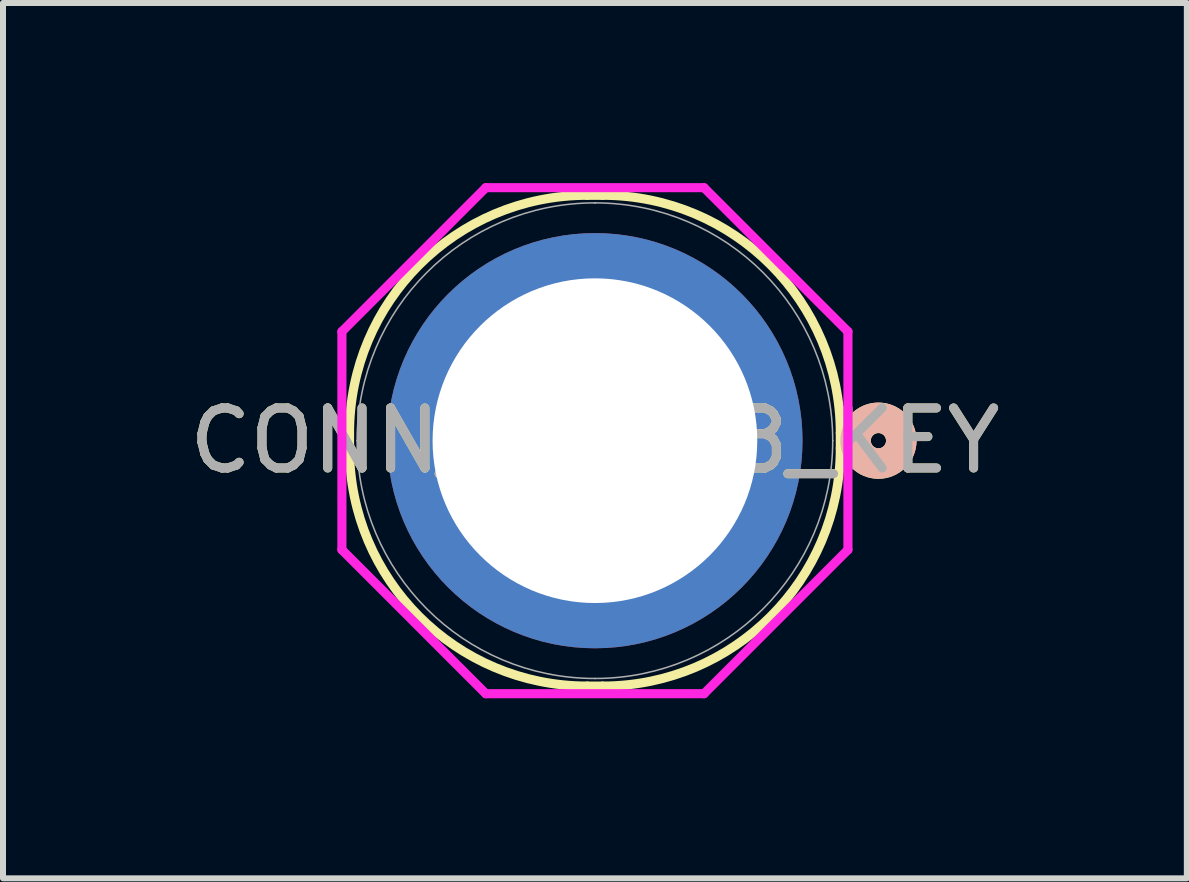
<source format=kicad_pcb>
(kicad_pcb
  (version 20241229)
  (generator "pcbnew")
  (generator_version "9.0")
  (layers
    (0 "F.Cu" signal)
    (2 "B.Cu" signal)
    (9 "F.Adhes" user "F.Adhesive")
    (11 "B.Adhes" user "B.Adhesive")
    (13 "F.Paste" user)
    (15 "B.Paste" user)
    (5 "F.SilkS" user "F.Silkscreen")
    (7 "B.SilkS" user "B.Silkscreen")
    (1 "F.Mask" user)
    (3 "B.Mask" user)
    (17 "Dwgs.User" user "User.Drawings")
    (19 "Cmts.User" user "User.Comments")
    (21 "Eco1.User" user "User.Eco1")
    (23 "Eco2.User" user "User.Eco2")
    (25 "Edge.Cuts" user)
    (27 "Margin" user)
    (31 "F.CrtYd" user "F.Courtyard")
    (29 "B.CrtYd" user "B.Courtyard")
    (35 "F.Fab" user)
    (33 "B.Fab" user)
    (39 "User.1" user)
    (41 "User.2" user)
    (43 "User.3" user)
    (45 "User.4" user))
  (footprint "CONN_575-8_KEY"
    (layer "F.Cu")
    (at 6.863 4.293)
    (property "Reference" "CONN_575-8_KEY" (at 0 0 0) (unlocked yes) (layer "F.SilkS") (effects (font (size 1 1) (thickness 0.15))))
    (attr through_hole)
    (fp_line (start -4.089 -0.127) (end -4.089 0.127) (stroke (width 0.152) (type solid)) (layer "F.SilkS"))
    (fp_line (start -0.127 4.089) (end 0.127 4.089) (stroke (width 0.152) (type solid)) (layer "F.SilkS"))
    (fp_line (start 0.127 -4.089) (end -0.127 -4.089) (stroke (width 0.152) (type solid)) (layer "F.SilkS"))
    (fp_line (start 4.089 0.127) (end 4.089 -0.127) (stroke (width 0.152) (type solid)) (layer "F.SilkS"))
    (fp_arc (start -4.0894 -0.127) (mid -2.92884 -2.92884) (end -0.127 -4.0894) (stroke (width 0.1524) (type solid)) (layer "F.SilkS"))
    (fp_arc (start -0.127 4.0894) (mid -2.92884 2.92884) (end -4.0894 0.127) (stroke (width 0.1524) (type solid)) (layer "F.SilkS"))
    (fp_arc (start 0.127 -4.0894) (mid 2.92884 -2.92884) (end 4.0894 -0.127) (stroke (width 0.1524) (type solid)) (layer "F.SilkS"))
    (fp_arc (start 4.0894 0.127) (mid 2.92884 2.92884) (end 0.127 4.0894) (stroke (width 0.1524) (type solid)) (layer "F.SilkS"))
    (fp_circle (center 4.724 0) (end 5.105 0) (stroke (width 0.508) (type solid)) (fill no) (layer "F.SilkS"))
    (fp_circle (center 4.724 0) (end 5.105 0) (stroke (width 0.508) (type solid)) (fill no) (layer "B.SilkS"))
    (fp_line (start -4.216 1.818) (end -4.216 -1.818) (stroke (width 0.152) (type solid)) (layer "F.CrtYd"))
    (fp_line (start -4.216 1.818) (end -1.818 4.216) (stroke (width 0.152) (type solid)) (layer "F.CrtYd"))
    (fp_line (start -1.818 -4.216) (end -4.216 -1.818) (stroke (width 0.152) (type solid)) (layer "F.CrtYd"))
    (fp_line (start -1.818 -4.216) (end 1.818 -4.216) (stroke (width 0.152) (type solid)) (layer "F.CrtYd"))
    (fp_line (start 1.818 4.216) (end -1.818 4.216) (stroke (width 0.152) (type solid)) (layer "F.CrtYd"))
    (fp_line (start 1.818 4.216) (end 4.216 1.818) (stroke (width 0.152) (type solid)) (layer "F.CrtYd"))
    (fp_line (start 4.216 -1.818) (end 1.818 -4.216) (stroke (width 0.152) (type solid)) (layer "F.CrtYd"))
    (fp_line (start 4.216 1.818) (end 4.216 -1.818) (stroke (width 0.152) (type solid)) (layer "F.CrtYd"))
    (fp_line (start -3.962 0) (end -3.962 0) (stroke (width 0.025) (type solid)) (layer "F.Fab"))
    (fp_line (start 0 -3.962) (end 0 -3.962) (stroke (width 0.025) (type solid)) (layer "F.Fab"))
    (fp_line (start 0 3.962) (end 0 3.962) (stroke (width 0.025) (type solid)) (layer "F.Fab"))
    (fp_line (start 3.962 0) (end 3.962 0) (stroke (width 0.025) (type solid)) (layer "F.Fab"))
    (fp_arc (start -3.9624 0) (mid -2.80184 -2.80184) (end 0 -3.9624) (stroke (width 0.0254) (type solid)) (layer "F.Fab"))
    (fp_arc (start 0 -3.9624) (mid 2.80184 -2.80184) (end 3.9624 0) (stroke (width 0.0254) (type solid)) (layer "F.Fab"))
    (fp_arc (start 0 3.9624) (mid -2.80184 2.80184) (end -3.9624 0) (stroke (width 0.0254) (type solid)) (layer "F.Fab"))
    (fp_arc (start 3.9624 0) (mid 2.80184 2.80184) (end 0 3.9624) (stroke (width 0.0254) (type solid)) (layer "F.Fab"))
    (fp_circle (center 0 -1.905) (end 0.381 -1.905) (stroke (width 0.508) (type solid)) (fill no) (layer "F.Fab"))
    (fp_text user "${REFERENCE}" (at 0 0 0) (unlocked yes) (layer "F.Fab") (effects (font (size 1 1) (thickness 0.15))))
    (pad "1" thru_hole circle (at 0 0) (size 6.918 6.918) (drill 5.41) (layers "*.Cu" "*.Mask")))
  (gr_rect
    (start -3 -3)
    (end 16.726 11.585)
    (stroke (width 0.1) (type default))
    (fill no)
    (layer "Edge.Cuts")))
</source>
